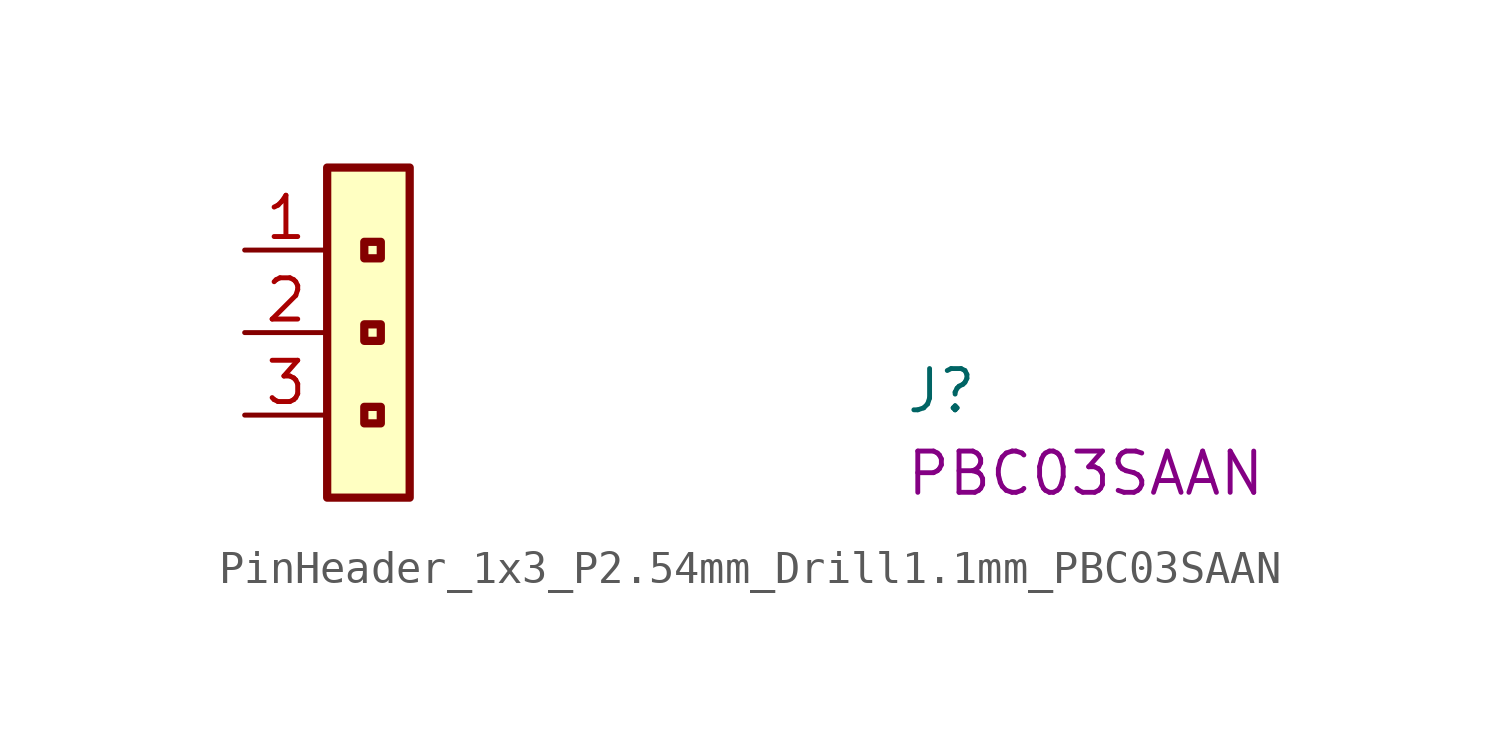
<source format=kicad_sym>
(kicad_symbol_lib
  (version 20220914)
  (generator kicad_symbol_editor)
  (symbol "PinHeader_1x3_P2.54mm_Drill1.1mm_PBC03SAAN"
    (property "Reference" "J"
      (at 20.32 -5.08 0)
      (effects (font (size 1.27 1.27) (thickness 0.15)) (justify left bottom)))
    (property "MPN" "PBC03SAAN"
      (at 20.32 -7.62 0)
      (effects (font (size 1.27 1.27) (thickness 0.15)) (justify left bottom)))
    (symbol "PinHeader_1x3_P2.54mm_Drill1.1mm_PBC03SAAN_1_1"
      (rectangle (start 2.54 2.54) (end 5.08 -7.62) (stroke (width 0.254) (type default)) (fill (type background)))
      (rectangle (start 4.191 -5.334) (end 3.683 -4.826) (stroke (width 0.254) (type default)) (fill (type none)))
      (rectangle (start 4.191 -2.794) (end 3.683 -2.286) (stroke (width 0.254) (type default)) (fill (type none)))
      (rectangle (start 4.191 -0.254) (end 3.683 0.254) (stroke (width 0.254) (type default)) (fill (type none)))
      (pin passive line (at 0 0 0) (length 2.54) (name "~" (effects (font (size 1.27 1.27)))) (number "1" (effects (font (size 1.27 1.27)))))
      (pin passive line (at 0 -2.54 0) (length 2.54) (name "~" (effects (font (size 1.27 1.27)))) (number "2" (effects (font (size 1.27 1.27)))))
      (pin passive line (at 0 -5.08 0) (length 2.54) (name "~" (effects (font (size 1.27 1.27)))) (number "3" (effects (font (size 1.27 1.27))))))))
</source>
